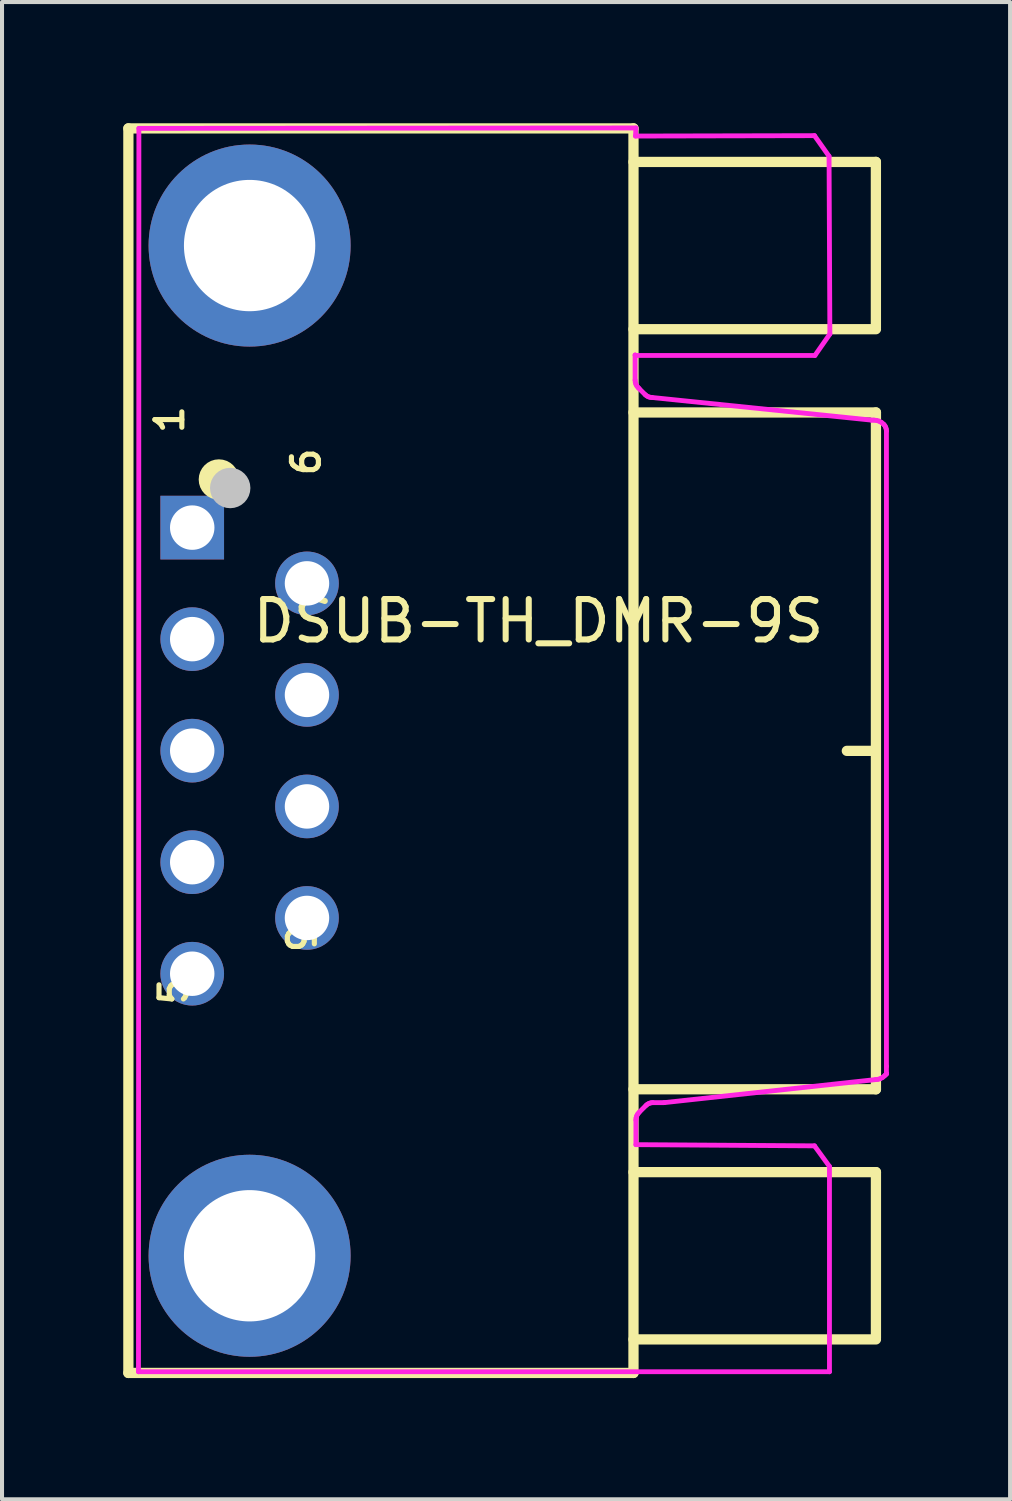
<source format=kicad_pcb>
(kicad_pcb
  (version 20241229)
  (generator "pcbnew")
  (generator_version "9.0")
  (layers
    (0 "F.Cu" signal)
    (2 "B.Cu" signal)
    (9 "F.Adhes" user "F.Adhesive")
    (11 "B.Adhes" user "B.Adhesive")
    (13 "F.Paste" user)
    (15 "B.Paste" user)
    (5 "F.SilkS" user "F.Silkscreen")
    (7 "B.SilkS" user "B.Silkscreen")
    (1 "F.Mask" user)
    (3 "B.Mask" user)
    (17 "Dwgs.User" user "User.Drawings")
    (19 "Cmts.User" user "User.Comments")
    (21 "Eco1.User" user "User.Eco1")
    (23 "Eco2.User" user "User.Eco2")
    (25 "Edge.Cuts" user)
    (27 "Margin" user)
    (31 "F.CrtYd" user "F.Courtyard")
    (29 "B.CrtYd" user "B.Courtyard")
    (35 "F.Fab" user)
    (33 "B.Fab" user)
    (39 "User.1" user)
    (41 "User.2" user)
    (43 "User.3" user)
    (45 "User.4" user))
  (footprint "DSUB-TH_DMR-9S"
    (layer "F.Cu")
    (at 3.127 15.527)
    (property "Reference" "DSUB-TH_DMR-9S" (at 0 -3.207 0) (layer "F.SilkS") (effects (font (size 1 1) (thickness 0.15)) (justify left)))
    (attr through_hole)
    (fp_line (start -3 -15.4) (end 9.5 -15.4) (stroke (width 0.254) (type solid)) (layer "F.SilkS"))
    (fp_line (start -3 15.4) (end -3 -15.4) (stroke (width 0.254) (type solid)) (layer "F.SilkS"))
    (fp_line (start 9.5 -15.4) (end 9.5 15.4) (stroke (width 0.254) (type solid)) (layer "F.SilkS"))
    (fp_line (start 9.5 -14.57) (end 15.499 -14.57) (stroke (width 0.254) (type solid)) (layer "F.SilkS"))
    (fp_line (start 9.5 -10.43) (end 15.5 -10.43) (stroke (width 0.254) (type solid)) (layer "F.SilkS"))
    (fp_line (start 9.5 -8.37) (end 15.5 -8.37) (stroke (width 0.254) (type solid)) (layer "F.SilkS"))
    (fp_line (start 9.5 14.57) (end 15.5 14.57) (stroke (width 0.254) (type solid)) (layer "F.SilkS"))
    (fp_line (start 9.5 15.4) (end -3 15.4) (stroke (width 0.254) (type solid)) (layer "F.SilkS"))
    (fp_line (start 14.78 0.005) (end 15.48 0.005) (stroke (width 0.254) (type solid)) (layer "F.SilkS"))
    (fp_line (start 15.499 -14.57) (end 15.499 -10.46) (stroke (width 0.254) (type solid)) (layer "F.SilkS"))
    (fp_line (start 15.5 -8.37) (end 15.5 8.38) (stroke (width 0.254) (type solid)) (layer "F.SilkS"))
    (fp_line (start 15.5 8.38) (end 9.5 8.38) (stroke (width 0.254) (type solid)) (layer "F.SilkS"))
    (fp_line (start 15.5 10.43) (end 9.5 10.43) (stroke (width 0.254) (type solid)) (layer "F.SilkS"))
    (fp_line (start 15.5 14.54) (end 15.5 10.43) (stroke (width 0.254) (type solid)) (layer "F.SilkS"))
    (fp_circle (center -0.76 -6.71) (end -0.51 -6.71) (stroke (width 0.5) (type solid)) (fill no) (layer "F.SilkS"))
    (fp_circle (center -0.48 -6.5) (end -0.23 -6.5) (stroke (width 0.5) (type solid)) (fill no) (layer "Dwgs.User"))
    (fp_circle (center -2.75 -15.41) (end -2.72 -15.41) (stroke (width 0.06) (type solid)) (fill no) (layer "Eco2.User"))
    (fp_circle (center -1.42 -5.52) (end -1.27 -5.52) (stroke (width 0.3) (type solid)) (fill no) (layer "Eco2.User"))
    (fp_circle (center -1.42 -2.76) (end -1.27 -2.76) (stroke (width 0.3) (type solid)) (fill no) (layer "Eco2.User"))
    (fp_circle (center -1.42 0) (end -1.27 0) (stroke (width 0.3) (type solid)) (fill no) (layer "Eco2.User"))
    (fp_circle (center -1.42 2.76) (end -1.27 2.76) (stroke (width 0.3) (type solid)) (fill no) (layer "Eco2.User"))
    (fp_circle (center -1.42 5.52) (end -1.27 5.52) (stroke (width 0.3) (type solid)) (fill no) (layer "Eco2.User"))
    (fp_circle (center 1.42 -4.14) (end 1.57 -4.14) (stroke (width 0.3) (type solid)) (fill no) (layer "Eco2.User"))
    (fp_circle (center 1.42 -1.38) (end 1.57 -1.38) (stroke (width 0.3) (type solid)) (fill no) (layer "Eco2.User"))
    (fp_circle (center 1.42 1.38) (end 1.57 1.38) (stroke (width 0.3) (type solid)) (fill no) (layer "Eco2.User"))
    (fp_circle (center 1.42 4.14) (end 1.57 4.14) (stroke (width 0.3) (type solid)) (fill no) (layer "Eco2.User"))
    (fp_poly (pts (xy 0.2 -14.4) (xy 0.2 -10.6) (xy -0.2 -10.6) (xy -0.2 -14.4)) (stroke (width 0.12) (type solid)) (fill no) (layer "Eco2.User"))
    (fp_poly (pts (xy 0.2 10.6) (xy 0.2 14.4) (xy -0.2 14.4) (xy -0.2 10.6)) (stroke (width 0.12) (type solid)) (fill no) (layer "Eco2.User"))
    (fp_line (start -2.75 15.37) (end 14.35 15.37) (stroke (width 0.12) (type solid)) (layer "F.CrtYd"))
    (fp_line (start -2.74 -15.4) (end -2.75 15.37) (stroke (width 0.12) (type solid)) (layer "F.CrtYd"))
    (fp_line (start 9.54 -9.79) (end 9.545 -9.786) (stroke (width 0.12) (type solid)) (layer "F.CrtYd"))
    (fp_line (start 9.54 -9.17) (end 9.54 -9.79) (stroke (width 0.12) (type solid)) (layer "F.CrtYd"))
    (fp_line (start 9.545 -9.786) (end 9.551 -9.783) (stroke (width 0.12) (type solid)) (layer "F.CrtYd"))
    (fp_line (start 9.545 -9.118) (end 9.54 -9.17) (stroke (width 0.12) (type solid)) (layer "F.CrtYd"))
    (fp_line (start 9.55 -15.21) (end 9.56 -15.41) (stroke (width 0.12) (type solid)) (layer "F.CrtYd"))
    (fp_line (start 9.551 -9.783) (end 9.557 -9.781) (stroke (width 0.12) (type solid)) (layer "F.CrtYd"))
    (fp_line (start 9.557 -9.781) (end 9.564 -9.78) (stroke (width 0.12) (type solid)) (layer "F.CrtYd"))
    (fp_line (start 9.56 -15.41) (end -2.74 -15.4) (stroke (width 0.12) (type solid)) (layer "F.CrtYd"))
    (fp_line (start 9.56 -9.068) (end 9.545 -9.118) (stroke (width 0.12) (type solid)) (layer "F.CrtYd"))
    (fp_line (start 9.56 9.14) (end 9.565 9.088) (stroke (width 0.12) (type solid)) (layer "F.CrtYd"))
    (fp_line (start 9.56 9.75) (end 9.56 9.14) (stroke (width 0.12) (type solid)) (layer "F.CrtYd"))
    (fp_line (start 9.564 -9.78) (end 13.99 -9.78) (stroke (width 0.12) (type solid)) (layer "F.CrtYd"))
    (fp_line (start 9.565 9.088) (end 9.58 9.038) (stroke (width 0.12) (type solid)) (layer "F.CrtYd"))
    (fp_line (start 9.58 9.038) (end 9.605 8.992) (stroke (width 0.12) (type solid)) (layer "F.CrtYd"))
    (fp_line (start 9.585 -9.022) (end 9.56 -9.068) (stroke (width 0.12) (type solid)) (layer "F.CrtYd"))
    (fp_line (start 9.605 8.992) (end 9.638 8.952) (stroke (width 0.12) (type solid)) (layer "F.CrtYd"))
    (fp_line (start 9.618 -8.982) (end 9.585 -9.022) (stroke (width 0.12) (type solid)) (layer "F.CrtYd"))
    (fp_line (start 9.638 8.952) (end 9.81 8.78) (stroke (width 0.12) (type solid)) (layer "F.CrtYd"))
    (fp_line (start 9.64 -8.96) (end 9.618 -8.982) (stroke (width 0.12) (type solid)) (layer "F.CrtYd"))
    (fp_line (start 9.789 -8.811) (end 9.64 -8.96) (stroke (width 0.12) (type solid)) (layer "F.CrtYd"))
    (fp_line (start 9.81 8.78) (end 9.846 8.75) (stroke (width 0.12) (type solid)) (layer "F.CrtYd"))
    (fp_line (start 9.826 -8.781) (end 9.789 -8.811) (stroke (width 0.12) (type solid)) (layer "F.CrtYd"))
    (fp_line (start 9.846 8.75) (end 9.888 8.728) (stroke (width 0.12) (type solid)) (layer "F.CrtYd"))
    (fp_line (start 9.868 -8.758) (end 9.826 -8.781) (stroke (width 0.12) (type solid)) (layer "F.CrtYd"))
    (fp_line (start 9.888 8.728) (end 9.932 8.715) (stroke (width 0.12) (type solid)) (layer "F.CrtYd"))
    (fp_line (start 9.913 -8.745) (end 9.868 -8.758) (stroke (width 0.12) (type solid)) (layer "F.CrtYd"))
    (fp_line (start 9.932 8.715) (end 9.979 8.71) (stroke (width 0.12) (type solid)) (layer "F.CrtYd"))
    (fp_line (start 9.96 -8.74) (end 9.913 -8.745) (stroke (width 0.12) (type solid)) (layer "F.CrtYd"))
    (fp_line (start 9.979 8.71) (end 10.26 8.71) (stroke (width 0.12) (type solid)) (layer "F.CrtYd"))
    (fp_line (start 10.26 8.71) (end 15.49 8.14) (stroke (width 0.12) (type solid)) (layer "F.CrtYd"))
    (fp_line (start 13.98 -15.22) (end 9.55 -15.21) (stroke (width 0.12) (type solid)) (layer "F.CrtYd"))
    (fp_line (start 13.98 9.78) (end 9.56 9.75) (stroke (width 0.12) (type solid)) (layer "F.CrtYd"))
    (fp_line (start 13.99 -9.78) (end 14.36 -10.31) (stroke (width 0.12) (type solid)) (layer "F.CrtYd"))
    (fp_line (start 14.34 -14.71) (end 13.98 -15.22) (stroke (width 0.12) (type solid)) (layer "F.CrtYd"))
    (fp_line (start 14.35 10.29) (end 13.98 9.78) (stroke (width 0.12) (type solid)) (layer "F.CrtYd"))
    (fp_line (start 14.35 15.37) (end 14.35 10.29) (stroke (width 0.12) (type solid)) (layer "F.CrtYd"))
    (fp_line (start 14.36 -10.31) (end 14.34 -14.71) (stroke (width 0.12) (type solid)) (layer "F.CrtYd"))
    (fp_line (start 15.39 -8.18) (end 9.96 -8.74) (stroke (width 0.12) (type solid)) (layer "F.CrtYd"))
    (fp_line (start 15.449 -8.18) (end 15.39 -8.18) (stroke (width 0.12) (type solid)) (layer "F.CrtYd"))
    (fp_line (start 15.49 8.14) (end 15.551 8.134) (stroke (width 0.12) (type solid)) (layer "F.CrtYd"))
    (fp_line (start 15.515 -8.173) (end 15.449 -8.18) (stroke (width 0.12) (type solid)) (layer "F.CrtYd"))
    (fp_line (start 15.551 8.134) (end 15.61 8.116) (stroke (width 0.12) (type solid)) (layer "F.CrtYd"))
    (fp_line (start 15.579 -8.154) (end 15.515 -8.173) (stroke (width 0.12) (type solid)) (layer "F.CrtYd"))
    (fp_line (start 15.61 8.116) (end 15.664 8.087) (stroke (width 0.12) (type solid)) (layer "F.CrtYd"))
    (fp_line (start 15.638 -8.122) (end 15.579 -8.154) (stroke (width 0.12) (type solid)) (layer "F.CrtYd"))
    (fp_line (start 15.664 8.087) (end 15.712 8.048) (stroke (width 0.12) (type solid)) (layer "F.CrtYd"))
    (fp_line (start 15.69 -8.08) (end 15.638 -8.122) (stroke (width 0.12) (type solid)) (layer "F.CrtYd"))
    (fp_line (start 15.712 8.048) (end 15.75 8.01) (stroke (width 0.12) (type solid)) (layer "F.CrtYd"))
    (fp_line (start 15.72 -8.044) (end 15.69 -8.08) (stroke (width 0.12) (type solid)) (layer "F.CrtYd"))
    (fp_line (start 15.742 -8.002) (end 15.72 -8.044) (stroke (width 0.12) (type solid)) (layer "F.CrtYd"))
    (fp_line (start 15.75 8.01) (end 15.754 8.005) (stroke (width 0.12) (type solid)) (layer "F.CrtYd"))
    (fp_line (start 15.754 8.005) (end 15.757 7.999) (stroke (width 0.12) (type solid)) (layer "F.CrtYd"))
    (fp_line (start 15.755 -7.958) (end 15.742 -8.002) (stroke (width 0.12) (type solid)) (layer "F.CrtYd"))
    (fp_line (start 15.757 7.999) (end 15.759 7.993) (stroke (width 0.12) (type solid)) (layer "F.CrtYd"))
    (fp_line (start 15.759 7.993) (end 15.76 7.986) (stroke (width 0.12) (type solid)) (layer "F.CrtYd"))
    (fp_line (start 15.76 -7.911) (end 15.755 -7.958) (stroke (width 0.12) (type solid)) (layer "F.CrtYd"))
    (fp_line (start 15.76 7.81) (end 15.76 -7.911) (stroke (width 0.12) (type solid)) (layer "F.CrtYd"))
    (fp_line (start 15.76 7.986) (end 15.76 7.81) (stroke (width 0.12) (type solid)) (layer "F.CrtYd"))
    (fp_text user "5" (at -1.877 6.355 270) (layer "F.SilkS") (effects (font (size 0.667 0.667) (thickness 0.127)) (justify left)))
    (fp_text user "9" (at 1.3 5.055 270) (layer "F.SilkS") (effects (font (size 0.667 0.667) (thickness 0.127)) (justify left)))
    (fp_text user "1" (at -1.979 -7.793 270) (layer "F.SilkS") (effects (font (size 0.667 0.667) (thickness 0.127)) (justify left)))
    (fp_text user "6" (at 1.4 -6.745 270) (layer "F.SilkS") (effects (font (size 0.667 0.667) (thickness 0.127)) (justify left)))
    (pad "1" thru_hole rect (at -1.42 -5.52 90) (size 1.575 1.575) (drill 1.1) (layers "*.Cu" "*.Mask"))
    (pad "2" thru_hole circle (at -1.42 -2.76 90) (size 1.575 1.575) (drill 1.1) (layers "*.Cu" "*.Mask"))
    (pad "3" thru_hole circle (at -1.42 0 90) (size 1.575 1.575) (drill 1.1) (layers "*.Cu" "*.Mask"))
    (pad "4" thru_hole circle (at -1.42 2.76 90) (size 1.575 1.575) (drill 1.1) (layers "*.Cu" "*.Mask"))
    (pad "5" thru_hole circle (at -1.42 5.52 90) (size 1.575 1.575) (drill 1.1) (layers "*.Cu" "*.Mask"))
    (pad "6" thru_hole circle (at 1.42 -4.14 90) (size 1.575 1.575) (drill 1.1) (layers "*.Cu" "*.Mask"))
    (pad "7" thru_hole circle (at 1.42 -1.38 90) (size 1.575 1.575) (drill 1.1) (layers "*.Cu" "*.Mask"))
    (pad "8" thru_hole circle (at 1.42 1.38 90) (size 1.575 1.575) (drill 1.1) (layers "*.Cu" "*.Mask"))
    (pad "9" thru_hole circle (at 1.42 4.14 90) (size 1.575 1.575) (drill 1.1) (layers "*.Cu" "*.Mask"))
    (pad "10" thru_hole circle (at 0 -12.5 90) (size 5 5) (drill 3.25) (layers "*.Cu" "*.Mask"))
    (pad "11" thru_hole circle (at 0 12.5 90) (size 5 5) (drill 3.25) (layers "*.Cu" "*.Mask")))
  (gr_rect
    (start -3 -3)
    (end 21.947 34.054)
    (stroke (width 0.1) (type default))
    (fill no)
    (layer "Edge.Cuts")))
</source>
